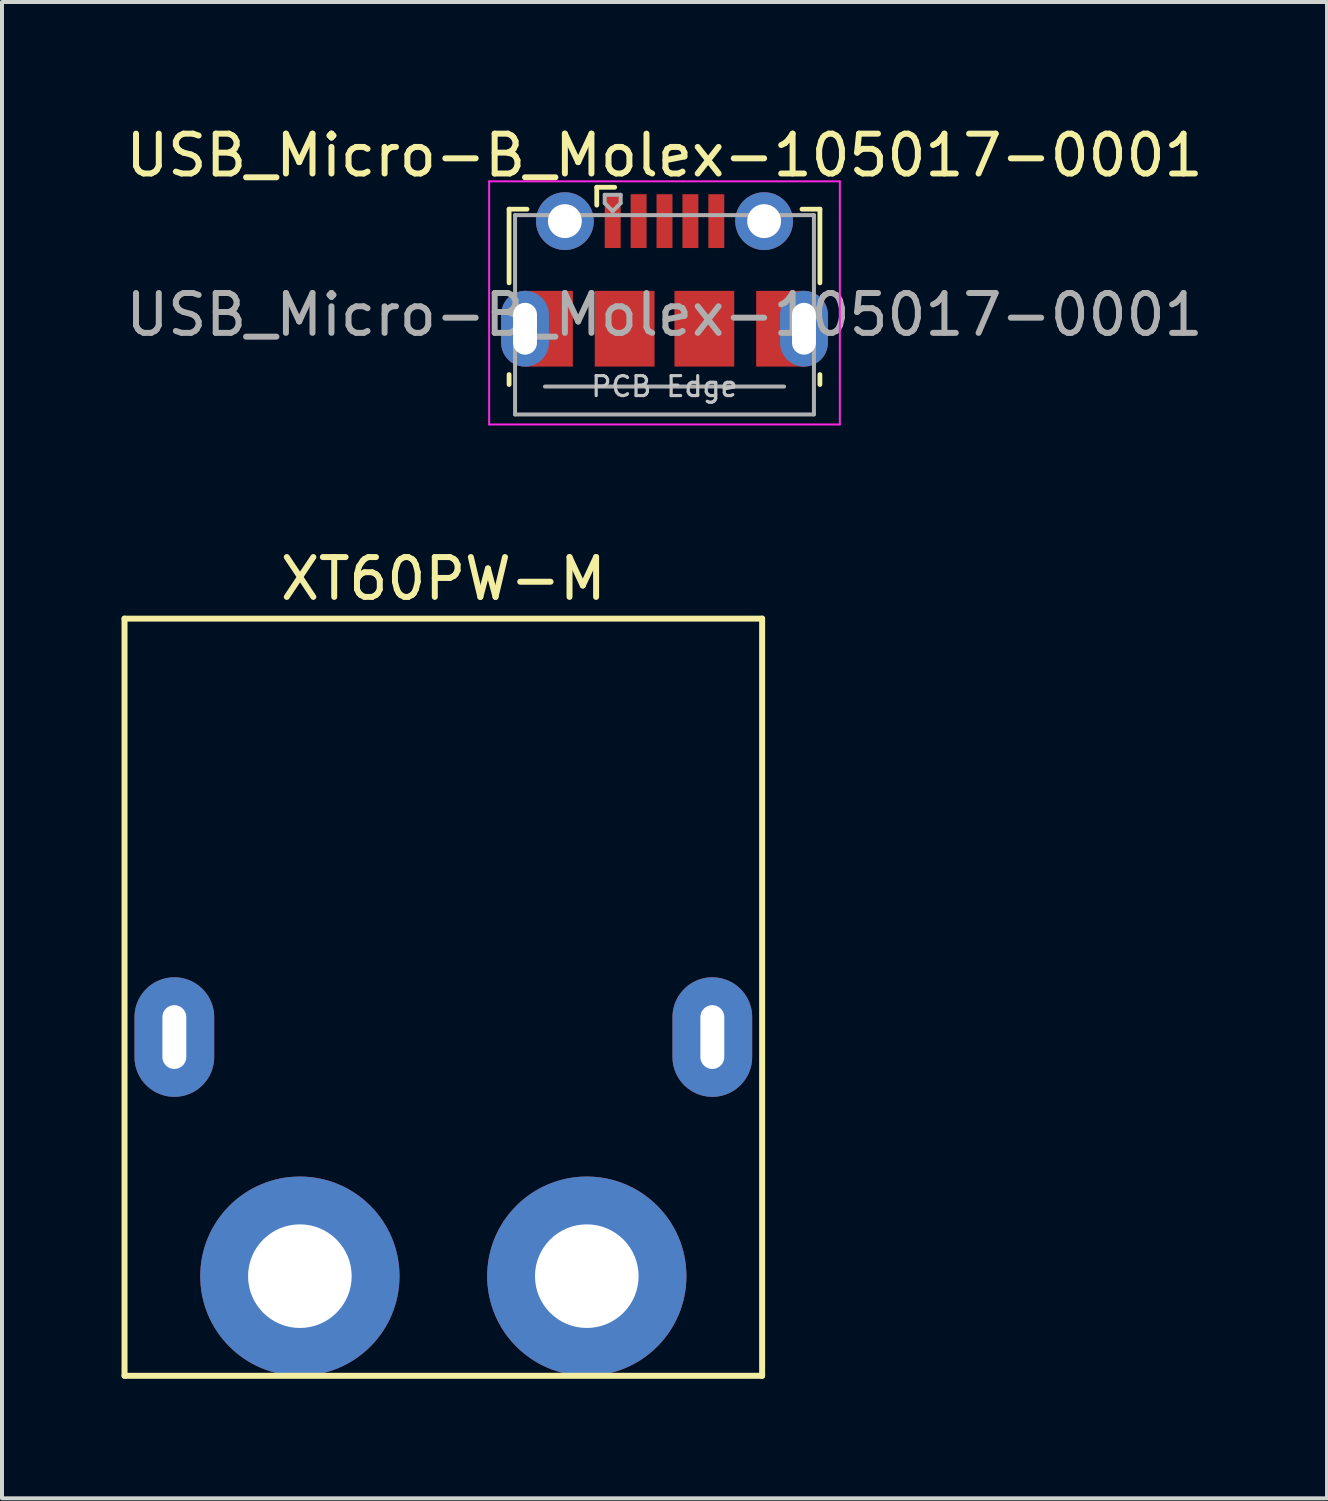
<source format=kicad_pcb>
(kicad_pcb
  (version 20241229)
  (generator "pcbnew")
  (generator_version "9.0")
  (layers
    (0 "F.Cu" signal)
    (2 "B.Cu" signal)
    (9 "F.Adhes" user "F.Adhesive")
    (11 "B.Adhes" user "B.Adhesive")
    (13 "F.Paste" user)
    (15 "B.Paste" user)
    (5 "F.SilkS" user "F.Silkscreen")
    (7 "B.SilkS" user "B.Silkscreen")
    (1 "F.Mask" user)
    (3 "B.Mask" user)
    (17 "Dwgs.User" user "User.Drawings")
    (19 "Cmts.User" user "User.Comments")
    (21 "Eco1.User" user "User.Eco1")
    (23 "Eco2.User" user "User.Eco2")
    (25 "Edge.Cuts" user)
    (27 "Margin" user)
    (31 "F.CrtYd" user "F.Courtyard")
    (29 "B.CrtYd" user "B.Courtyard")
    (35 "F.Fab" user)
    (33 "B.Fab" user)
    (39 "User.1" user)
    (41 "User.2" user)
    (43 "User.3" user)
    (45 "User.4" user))
  (footprint "USB_Micro-B_Molex-105017-0001"
    (layer "F.Cu")
    (at 13.625 3.961)
    (property "Reference" "USB_Micro-B_Molex-105017-0001" (at 0 -3.112 0) (layer "F.SilkS") (effects (font (size 1 1) (thickness 0.15))))
    (attr smd)
    (fp_line (start -3.9 -1.762) (end -3.45 -1.762) (stroke (width 0.12) (type solid)) (layer "F.SilkS"))
    (fp_line (start -3.9 0.087) (end -3.9 -1.762) (stroke (width 0.12) (type solid)) (layer "F.SilkS"))
    (fp_line (start -3.9 2.638) (end -3.9 2.388) (stroke (width 0.12) (type solid)) (layer "F.SilkS"))
    (fp_line (start -1.7 -2.312) (end -1.7 -1.863) (stroke (width 0.12) (type solid)) (layer "F.SilkS"))
    (fp_line (start -1.7 -2.312) (end -1.25 -2.312) (stroke (width 0.12) (type solid)) (layer "F.SilkS"))
    (fp_line (start 3.9 -1.762) (end 3.45 -1.762) (stroke (width 0.12) (type solid)) (layer "F.SilkS"))
    (fp_line (start 3.9 0.087) (end 3.9 -1.762) (stroke (width 0.12) (type solid)) (layer "F.SilkS"))
    (fp_line (start 3.9 2.638) (end 3.9 2.388) (stroke (width 0.12) (type solid)) (layer "F.SilkS"))
    (fp_line (start -4.4 -2.46) (end 4.4 -2.46) (stroke (width 0.05) (type solid)) (layer "F.CrtYd"))
    (fp_line (start -4.4 3.64) (end -4.4 -2.46) (stroke (width 0.05) (type solid)) (layer "F.CrtYd"))
    (fp_line (start -4.4 3.64) (end 4.4 3.64) (stroke (width 0.05) (type solid)) (layer "F.CrtYd"))
    (fp_line (start 4.4 -2.46) (end 4.4 3.64) (stroke (width 0.05) (type solid)) (layer "F.CrtYd"))
    (fp_line (start -3.75 -1.613) (end 3.75 -1.613) (stroke (width 0.1) (type solid)) (layer "F.Fab"))
    (fp_line (start -3.75 3.388) (end -3.75 -1.613) (stroke (width 0.1) (type solid)) (layer "F.Fab"))
    (fp_line (start -3.75 3.389) (end 3.75 3.389) (stroke (width 0.1) (type solid)) (layer "F.Fab"))
    (fp_line (start -3 2.689) (end 3 2.689) (stroke (width 0.1) (type solid)) (layer "F.Fab"))
    (fp_line (start -1.5 -2.123) (end -1.5 -1.913) (stroke (width 0.1) (type solid)) (layer "F.Fab"))
    (fp_line (start -1.5 -2.123) (end -1.1 -2.123) (stroke (width 0.1) (type solid)) (layer "F.Fab"))
    (fp_line (start -1.3 -1.712) (end -1.5 -1.913) (stroke (width 0.1) (type solid)) (layer "F.Fab"))
    (fp_line (start -1.1 -2.123) (end -1.1 -1.913) (stroke (width 0.1) (type solid)) (layer "F.Fab"))
    (fp_line (start -1.1 -1.913) (end -1.3 -1.712) (stroke (width 0.1) (type solid)) (layer "F.Fab"))
    (fp_line (start 3.75 3.388) (end 3.75 -1.613) (stroke (width 0.1) (type solid)) (layer "F.Fab"))
    (fp_text user "PCB Edge" (at 0 2.688 0) (layer "Dwgs.User") (effects (font (size 0.5 0.5) (thickness 0.08))))
    (fp_text user "${REFERENCE}" (at 0 0.887 0) (layer "F.Fab") (effects (font (size 1 1) (thickness 0.15))))
    (pad "1" smd rect (at -1.3 -1.462) (size 0.4 1.35) (layers "F.Cu" "F.Mask" "F.Paste"))
    (pad "2" smd rect (at -0.65 -1.462) (size 0.4 1.35) (layers "F.Cu" "F.Mask" "F.Paste"))
    (pad "3" smd rect (at 0 -1.462) (size 0.4 1.35) (layers "F.Cu" "F.Mask" "F.Paste"))
    (pad "4" smd rect (at 0.65 -1.462) (size 0.4 1.35) (layers "F.Cu" "F.Mask" "F.Paste"))
    (pad "5" smd rect (at 1.3 -1.462) (size 0.4 1.35) (layers "F.Cu" "F.Mask" "F.Paste"))
    (pad "6" thru_hole oval (at -3.5 1.238 180) (size 1.2 1.9) (drill oval 0.6 1.3) (layers "*.Cu" "*.Mask" "F.Paste"))
    (pad "6" smd rect (at -2.9 1.238) (size 1.2 1.9) (layers "F.Cu" "F.Mask" "F.Paste"))
    (pad "6" thru_hole circle (at -2.5 -1.462) (size 1.45 1.45) (drill 0.85) (layers "*.Cu" "*.Mask" "F.Paste"))
    (pad "6" smd rect (at -1 1.238) (size 1.5 1.9) (layers "F.Cu" "F.Mask" "F.Paste"))
    (pad "6" smd rect (at 1 1.238) (size 1.5 1.9) (layers "F.Cu" "F.Mask" "F.Paste"))
    (pad "6" thru_hole circle (at 2.5 -1.462) (size 1.45 1.45) (drill 0.85) (layers "*.Cu" "*.Mask" "F.Paste"))
    (pad "6" smd rect (at 2.9 1.238) (size 1.2 1.9) (layers "F.Cu" "F.Mask" "F.Paste"))
    (pad "6" thru_hole oval (at 3.5 1.238) (size 1.2 1.9) (drill oval 0.6 1.3) (layers "*.Cu" "*.Mask" "F.Paste")))
  (footprint "XT60PW-M"
    (layer "F.Cu")
    (at 8.075 12.974)
    (property "Reference" "XT60PW-M" (at 0 -1.5 0) (layer "F.SilkS") (effects (font (size 1 1) (thickness 0.15))))
    (attr through_hole)
    (fp_line (start -8 -0.5) (end -8 18.5) (stroke (width 0.15) (type solid)) (layer "F.SilkS"))
    (fp_line (start -8 18.5) (end 8 18.5) (stroke (width 0.15) (type solid)) (layer "F.SilkS"))
    (fp_line (start 8 -0.5) (end -8 -0.5) (stroke (width 0.15) (type solid)) (layer "F.SilkS"))
    (fp_line (start 8 18.5) (end 8 -0.5) (stroke (width 0.15) (type solid)) (layer "F.SilkS"))
    (pad "1" thru_hole circle (at -3.6 16) (size 5 5) (drill 2.6) (layers "*.Cu" "*.Mask"))
    (pad "2" thru_hole circle (at 3.6 16) (size 5 5) (drill 2.6) (layers "*.Cu" "*.Mask"))
    (pad "MP" thru_hole oval (at -6.75 10) (size 2 3) (drill oval 0.6 1.6) (layers "*.Cu" "*.Mask"))
    (pad "MP" thru_hole oval (at 6.75 10) (size 2 3) (drill oval 0.6 1.6) (layers "*.Cu" "*.Mask")))
  (gr_rect
    (start -3 -3)
    (end 30.25 34.549)
    (stroke (width 0.1) (type default))
    (fill no)
    (layer "Edge.Cuts")))
</source>
